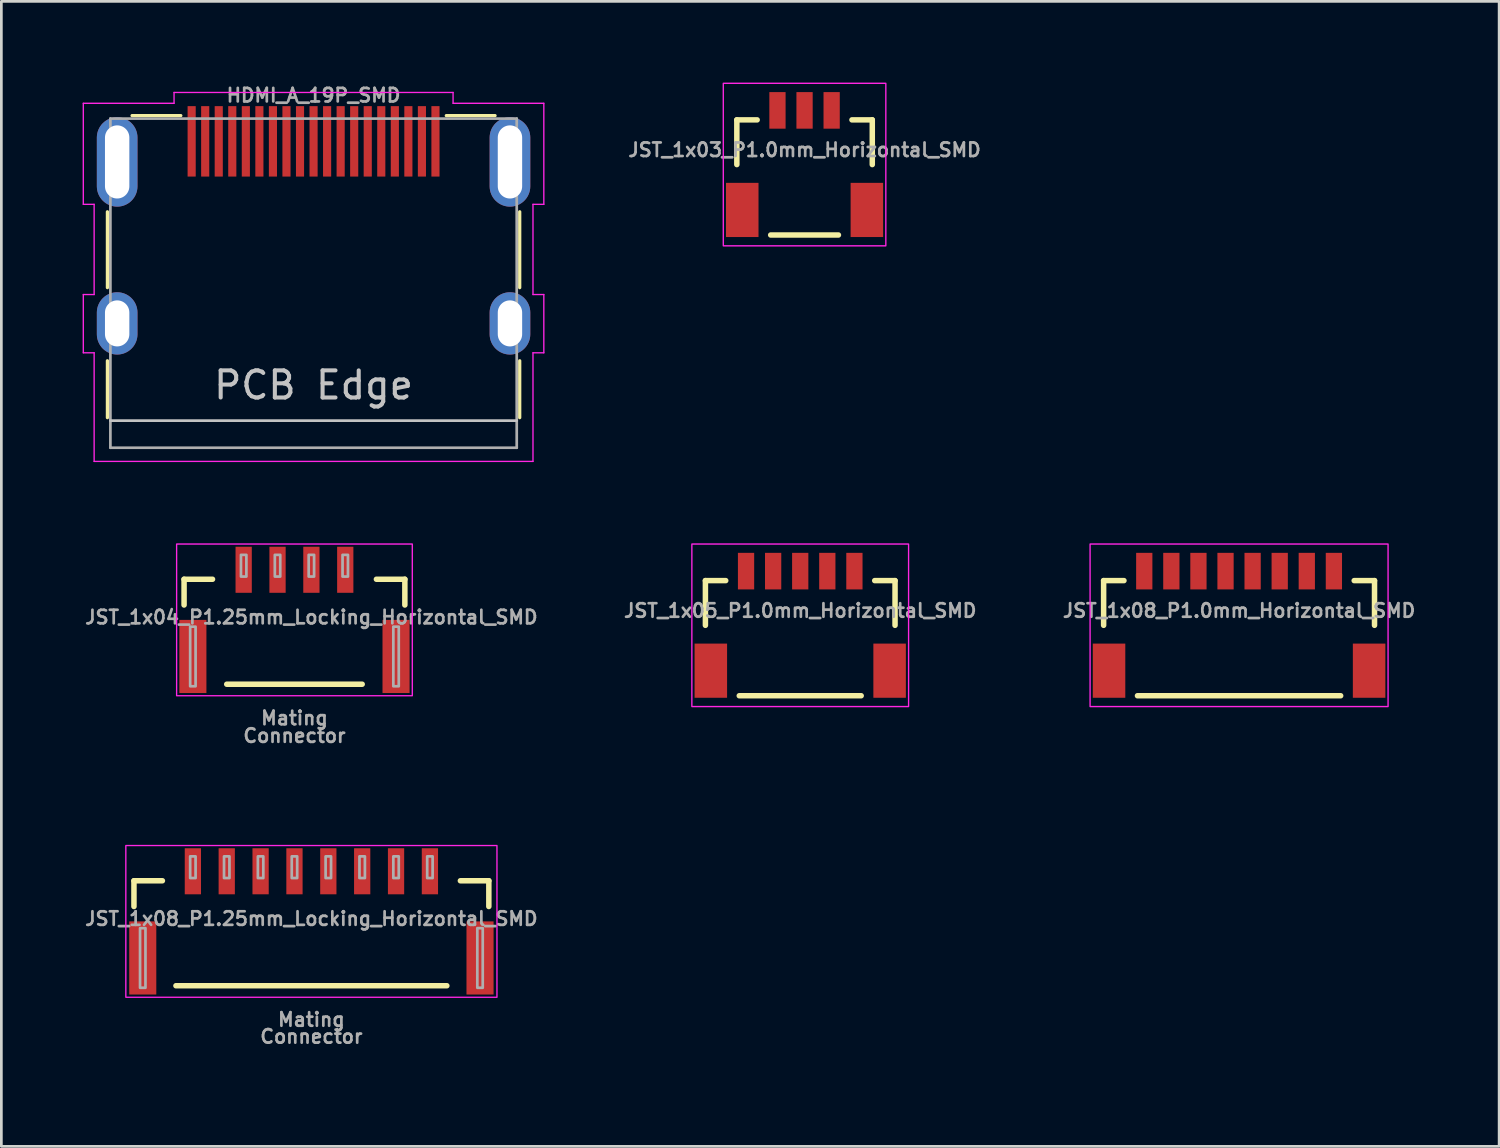
<source format=kicad_pcb>
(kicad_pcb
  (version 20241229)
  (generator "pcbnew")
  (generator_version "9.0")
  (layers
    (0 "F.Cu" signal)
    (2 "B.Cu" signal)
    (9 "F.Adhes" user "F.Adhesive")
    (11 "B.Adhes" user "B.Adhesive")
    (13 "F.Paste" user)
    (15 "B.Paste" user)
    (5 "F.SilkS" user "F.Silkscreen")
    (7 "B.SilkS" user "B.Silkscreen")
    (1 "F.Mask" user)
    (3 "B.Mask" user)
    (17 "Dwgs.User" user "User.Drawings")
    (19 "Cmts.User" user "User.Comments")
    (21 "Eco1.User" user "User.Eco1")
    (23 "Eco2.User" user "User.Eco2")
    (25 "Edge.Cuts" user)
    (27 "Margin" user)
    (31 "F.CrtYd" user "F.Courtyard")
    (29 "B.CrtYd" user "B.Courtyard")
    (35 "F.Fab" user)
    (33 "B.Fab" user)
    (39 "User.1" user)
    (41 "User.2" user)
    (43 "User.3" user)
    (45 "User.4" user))
  (footprint "HDMI_A_19P_SMD"
    (layer "F.Cu")
    (at 8.525 2.168)
    (property "Reference" "HDMI_A_19P_SMD" (at 0 -1.7 0) (unlocked yes) (layer "F.Fab") (effects (font (size 0.5 0.5) (thickness 0.1))))
    (attr smd)
    (fp_line (start -7.61 2.6) (end -7.61 5.4) (stroke (width 0.12) (type solid)) (layer "F.SilkS"))
    (fp_line (start -7.61 8.1) (end -7.61 10.2) (stroke (width 0.12) (type solid)) (layer "F.SilkS"))
    (fp_line (start -6.7 -0.95) (end -4.9 -0.95) (stroke (width 0.12) (type solid)) (layer "F.SilkS"))
    (fp_line (start 4.9 -0.95) (end 6.7 -0.95) (stroke (width 0.12) (type solid)) (layer "F.SilkS"))
    (fp_line (start 7.61 2.6) (end 7.61 5.4) (stroke (width 0.12) (type solid)) (layer "F.SilkS"))
    (fp_line (start 7.61 8.1) (end 7.61 10.2) (stroke (width 0.12) (type solid)) (layer "F.SilkS"))
    (fp_line (start 7.5 10.31) (end -7.5 10.31) (stroke (width 0.1) (type solid)) (layer "Dwgs.User"))
    (fp_line (start -8.5 -1.405) (end -5.15 -1.405) (stroke (width 0.05) (type solid)) (layer "F.CrtYd"))
    (fp_line (start -8.5 2.325) (end -8.5 -1.405) (stroke (width 0.05) (type solid)) (layer "F.CrtYd"))
    (fp_line (start -8.5 2.325) (end -8.1 2.325) (stroke (width 0.05) (type solid)) (layer "F.CrtYd"))
    (fp_line (start -8.5 5.655) (end -8.1 5.655) (stroke (width 0.05) (type solid)) (layer "F.CrtYd"))
    (fp_line (start -8.5 7.805) (end -8.5 5.655) (stroke (width 0.05) (type solid)) (layer "F.CrtYd"))
    (fp_line (start -8.5 7.805) (end -8.1 7.805) (stroke (width 0.05) (type solid)) (layer "F.CrtYd"))
    (fp_line (start -8.1 5.655) (end -8.1 2.325) (stroke (width 0.05) (type solid)) (layer "F.CrtYd"))
    (fp_line (start -8.1 11.815) (end -8.1 7.805) (stroke (width 0.05) (type solid)) (layer "F.CrtYd"))
    (fp_line (start -8.1 11.815) (end 8.1 11.815) (stroke (width 0.05) (type solid)) (layer "F.CrtYd"))
    (fp_line (start -5.15 -1.805) (end 5.15 -1.805) (stroke (width 0.05) (type solid)) (layer "F.CrtYd"))
    (fp_line (start -5.15 -1.405) (end -5.15 -1.805) (stroke (width 0.05) (type solid)) (layer "F.CrtYd"))
    (fp_line (start 5.15 -1.405) (end 5.15 -1.805) (stroke (width 0.05) (type solid)) (layer "F.CrtYd"))
    (fp_line (start 5.15 -1.405) (end 8.5 -1.405) (stroke (width 0.05) (type solid)) (layer "F.CrtYd"))
    (fp_line (start 8.1 2.325) (end 8.5 2.325) (stroke (width 0.05) (type solid)) (layer "F.CrtYd"))
    (fp_line (start 8.1 5.655) (end 8.1 2.325) (stroke (width 0.05) (type solid)) (layer "F.CrtYd"))
    (fp_line (start 8.1 5.655) (end 8.5 5.655) (stroke (width 0.05) (type solid)) (layer "F.CrtYd"))
    (fp_line (start 8.1 7.805) (end 8.5 7.805) (stroke (width 0.05) (type solid)) (layer "F.CrtYd"))
    (fp_line (start 8.1 11.815) (end 8.1 7.805) (stroke (width 0.05) (type solid)) (layer "F.CrtYd"))
    (fp_line (start 8.5 2.325) (end 8.5 -1.405) (stroke (width 0.05) (type solid)) (layer "F.CrtYd"))
    (fp_line (start 8.5 7.805) (end 8.5 5.655) (stroke (width 0.05) (type solid)) (layer "F.CrtYd"))
    (fp_line (start -7.5 -0.84) (end -7.5 11.31) (stroke (width 0.1) (type solid)) (layer "F.Fab"))
    (fp_line (start 7.5 -0.84) (end -7.5 -0.84) (stroke (width 0.1) (type solid)) (layer "F.Fab"))
    (fp_line (start 7.5 -0.84) (end 7.5 11.31) (stroke (width 0.1) (type solid)) (layer "F.Fab"))
    (fp_line (start 7.5 11.31) (end -7.5 11.31) (stroke (width 0.1) (type solid)) (layer "F.Fab"))
    (fp_text user "PCB Edge" (at 0 9 0) (layer "Dwgs.User") (effects (font (size 1 1) (thickness 0.15))))
    (pad "1" smd rect (at 4.5 0 270) (size 2.6 0.3) (layers "F.Cu" "F.Mask" "F.Paste"))
    (pad "2" smd rect (at 4 0 270) (size 2.6 0.3) (layers "F.Cu" "F.Mask" "F.Paste"))
    (pad "3" smd rect (at 3.5 0 270) (size 2.6 0.3) (layers "F.Cu" "F.Mask" "F.Paste"))
    (pad "4" smd rect (at 3 0 270) (size 2.6 0.3) (layers "F.Cu" "F.Mask" "F.Paste"))
    (pad "5" smd rect (at 2.5 0 270) (size 2.6 0.3) (layers "F.Cu" "F.Mask" "F.Paste"))
    (pad "6" smd rect (at 2 0 270) (size 2.6 0.3) (layers "F.Cu" "F.Mask" "F.Paste"))
    (pad "7" smd rect (at 1.5 0 270) (size 2.6 0.3) (layers "F.Cu" "F.Mask" "F.Paste"))
    (pad "8" smd rect (at 1 0 270) (size 2.6 0.3) (layers "F.Cu" "F.Mask" "F.Paste"))
    (pad "9" smd rect (at 0.5 0 270) (size 2.6 0.3) (layers "F.Cu" "F.Mask" "F.Paste"))
    (pad "10" smd rect (at 0 0 270) (size 2.6 0.3) (layers "F.Cu" "F.Mask" "F.Paste"))
    (pad "11" smd rect (at -0.5 0 270) (size 2.6 0.3) (layers "F.Cu" "F.Mask" "F.Paste"))
    (pad "12" smd rect (at -1 0 270) (size 2.6 0.3) (layers "F.Cu" "F.Mask" "F.Paste"))
    (pad "13" smd rect (at -1.5 0 270) (size 2.6 0.3) (layers "F.Cu" "F.Mask" "F.Paste"))
    (pad "14" smd rect (at -2 0 270) (size 2.6 0.3) (layers "F.Cu" "F.Mask" "F.Paste"))
    (pad "15" smd rect (at -2.5 0 270) (size 2.6 0.3) (layers "F.Cu" "F.Mask" "F.Paste"))
    (pad "16" smd rect (at -3 0 270) (size 2.6 0.3) (layers "F.Cu" "F.Mask" "F.Paste"))
    (pad "17" smd rect (at -3.5 0 270) (size 2.6 0.3) (layers "F.Cu" "F.Mask" "F.Paste"))
    (pad "18" smd rect (at -4 0 270) (size 2.6 0.3) (layers "F.Cu" "F.Mask" "F.Paste"))
    (pad "19" smd rect (at -4.5 0 270) (size 2.6 0.3) (layers "F.Cu" "F.Mask" "F.Paste"))
    (pad "SH" thru_hole oval (at -7.25 0.76 270) (size 3.3 1.5) (drill oval 2.7 0.9) (layers "*.Cu" "*.Mask"))
    (pad "SH" thru_hole oval (at -7.25 6.72 270) (size 2.3 1.5) (drill oval 1.7 0.9) (layers "*.Cu" "*.Mask"))
    (pad "SH" thru_hole oval (at 7.25 0.76) (size 1.5 3.3) (drill oval 0.9 2.7) (layers "*.Cu" "*.Mask" "F.Paste") (remove_unused_layers yes) (keep_end_layers yes) (zone_layer_connections))
    (pad "SH" thru_hole oval (at 7.25 6.72 270) (size 2.3 1.5) (drill oval 1.7 0.9) (layers "*.Cu" "*.Mask")))
  (footprint "JST_1x03_P1.0mm_Horizontal_SMD"
    (layer "F.Cu")
    (at 26.65 1.025)
    (property "Reference" "JST_1x03_P1.0mm_Horizontal_SMD" (at 0 1.75 0) (layer "F.Fab") (effects (font (size 0.5 0.5) (thickness 0.1)) (justify bottom)))
    (attr smd)
    (fp_line (start -2.5 0.35) (end -1.75 0.35) (stroke (width 0.203) (type solid)) (layer "F.SilkS"))
    (fp_line (start -2.5 2) (end -2.5 0.35) (stroke (width 0.203) (type solid)) (layer "F.SilkS"))
    (fp_line (start -1.25 4.6) (end 1.25 4.6) (stroke (width 0.203) (type solid)) (layer "F.SilkS"))
    (fp_line (start 1.75 0.35) (end 2.5 0.35) (stroke (width 0.203) (type solid)) (layer "F.SilkS"))
    (fp_line (start 2.5 0.35) (end 2.5 2) (stroke (width 0.203) (type solid)) (layer "F.SilkS"))
    (fp_rect (start 3 5) (end -3 -1) (stroke (width 0.05) (type default)) (fill no) (layer "F.CrtYd"))
    (pad "1" smd rect (at -1 0) (size 0.6 1.35) (layers "F.Cu" "F.Mask" "F.Paste"))
    (pad "2" smd rect (at 0 0) (size 0.6 1.35) (layers "F.Cu" "F.Mask" "F.Paste"))
    (pad "3" smd rect (at 1 0) (size 0.6 1.35) (layers "F.Cu" "F.Mask" "F.Paste"))
    (pad "NC1" smd rect (at 2.3 3.675) (size 1.2 2) (layers "F.Cu" "F.Mask" "F.Paste"))
    (pad "NC2" smd rect (at -2.3 3.675) (size 1.2 2) (layers "F.Cu" "F.Mask" "F.Paste")))
  (footprint "JST_1x05_P1.0mm_Horizontal_SMD"
    (layer "F.Cu")
    (at 26.49 18.033)
    (property "Reference" "JST_1x05_P1.0mm_Horizontal_SMD" (at 0 1.75 0) (layer "F.Fab") (effects (font (size 0.5 0.5) (thickness 0.1)) (justify bottom)))
    (attr smd)
    (fp_line (start -3.5 0.35) (end -2.75 0.35) (stroke (width 0.203) (type solid)) (layer "F.SilkS"))
    (fp_line (start -3.5 2) (end -3.5 0.35) (stroke (width 0.203) (type solid)) (layer "F.SilkS"))
    (fp_line (start -2.25 4.6) (end 2.25 4.6) (stroke (width 0.203) (type solid)) (layer "F.SilkS"))
    (fp_line (start 2.75 0.35) (end 3.5 0.35) (stroke (width 0.203) (type solid)) (layer "F.SilkS"))
    (fp_line (start 3.5 0.35) (end 3.5 2) (stroke (width 0.203) (type solid)) (layer "F.SilkS"))
    (fp_rect (start 4 5) (end -4 -1) (stroke (width 0.05) (type default)) (fill no) (layer "F.CrtYd"))
    (pad "1" smd rect (at -2 0) (size 0.6 1.35) (layers "F.Cu" "F.Mask" "F.Paste"))
    (pad "2" smd rect (at -1 0) (size 0.6 1.35) (layers "F.Cu" "F.Mask" "F.Paste"))
    (pad "3" smd rect (at 0 0) (size 0.6 1.35) (layers "F.Cu" "F.Mask" "F.Paste"))
    (pad "4" smd rect (at 1 0) (size 0.6 1.35) (layers "F.Cu" "F.Mask" "F.Paste"))
    (pad "5" smd rect (at 2 0) (size 0.6 1.35) (layers "F.Cu" "F.Mask" "F.Paste"))
    (pad "NC1" smd rect (at 3.3 3.675) (size 1.2 2) (layers "F.Cu" "F.Mask" "F.Paste"))
    (pad "NC2" smd rect (at -3.3 3.675) (size 1.2 2) (layers "F.Cu" "F.Mask" "F.Paste")))
  (footprint "JST_1x08_P1.25mm_Locking_Horizontal_SMD"
    (layer "F.Cu")
    (at 8.445 30.863)
    (property "Reference" "JST_1x08_P1.25mm_Locking_Horizontal_SMD" (at 0 0 0) (layer "F.Fab") (effects (font (size 0.5 0.5) (thickness 0.1))))
    (attr smd)
    (fp_line (start -6.55 -1.4) (end -5.5 -1.4) (stroke (width 0.203) (type solid)) (layer "F.SilkS"))
    (fp_line (start -6.55 -0.45) (end -6.55 -1.4) (stroke (width 0.203) (type solid)) (layer "F.SilkS"))
    (fp_line (start -5 2.475) (end 5 2.475) (stroke (width 0.203) (type solid)) (layer "F.SilkS"))
    (fp_line (start 5.5 -1.4) (end 6.55 -1.4) (stroke (width 0.203) (type solid)) (layer "F.SilkS"))
    (fp_line (start 6.55 -0.45) (end 6.55 -1.4) (stroke (width 0.203) (type solid)) (layer "F.SilkS"))
    (fp_rect (start 6.85 2.9) (end -6.85 -2.7) (stroke (width 0.05) (type default)) (fill no) (layer "F.CrtYd"))
    (fp_poly (pts (xy -6.325 2.55) (xy -6.125 2.55) (xy -6.125 0.35) (xy -6.325 0.35)) (stroke (width 0.1) (type default)) (fill no) (layer "F.Fab"))
    (fp_poly (pts (xy -4.475 -1.5) (xy -4.275 -1.5) (xy -4.275 -2.3) (xy -4.475 -2.3)) (stroke (width 0.1) (type default)) (fill no) (layer "F.Fab"))
    (fp_poly (pts (xy -3.225 -1.5) (xy -3.025 -1.5) (xy -3.025 -2.3) (xy -3.225 -2.3)) (stroke (width 0.1) (type default)) (fill no) (layer "F.Fab"))
    (fp_poly (pts (xy -1.975 -1.5) (xy -1.775 -1.5) (xy -1.775 -2.3) (xy -1.975 -2.3)) (stroke (width 0.1) (type default)) (fill no) (layer "F.Fab"))
    (fp_poly (pts (xy -0.725 -1.5) (xy -0.525 -1.5) (xy -0.525 -2.3) (xy -0.725 -2.3)) (stroke (width 0.1) (type default)) (fill no) (layer "F.Fab"))
    (fp_poly (pts (xy 0.525 -1.5) (xy 0.725 -1.5) (xy 0.725 -2.3) (xy 0.525 -2.3)) (stroke (width 0.1) (type default)) (fill no) (layer "F.Fab"))
    (fp_poly (pts (xy 1.775 -1.5) (xy 1.975 -1.5) (xy 1.975 -2.3) (xy 1.775 -2.3)) (stroke (width 0.1) (type default)) (fill no) (layer "F.Fab"))
    (fp_poly (pts (xy 3.025 -1.5) (xy 3.225 -1.5) (xy 3.225 -2.3) (xy 3.025 -2.3)) (stroke (width 0.1) (type default)) (fill no) (layer "F.Fab"))
    (fp_poly (pts (xy 4.275 -1.5) (xy 4.475 -1.5) (xy 4.475 -2.3) (xy 4.275 -2.3)) (stroke (width 0.1) (type default)) (fill no) (layer "F.Fab"))
    (fp_poly (pts (xy 6.125 2.55) (xy 6.325 2.55) (xy 6.325 0.35) (xy 6.125 0.35)) (stroke (width 0.1) (type default)) (fill no) (layer "F.Fab"))
    (fp_rect (start -6.625 -1.5) (end 6.625 2.55) (stroke (width 0.01) (type default)) (fill no) (layer "User.1"))
    (fp_rect (start -5.625 -0.3) (end 5.625 5.4) (stroke (width 0.01) (type default)) (fill no) (layer "User.1"))
    (fp_text user "Mating" (at 0 3.725 0) (unlocked yes) (layer "F.Fab") (effects (font (size 0.5 0.5) (thickness 0.1) (bold yes))))
    (fp_text user "Connector" (at 0 4.35 0) (unlocked yes) (layer "F.Fab") (effects (font (size 0.5 0.5) (thickness 0.1) (bold yes))))
    (pad "1" smd rect (at -4.375 -1.75) (size 0.6 1.7) (layers "F.Cu" "F.Mask" "F.Paste"))
    (pad "2" smd rect (at -3.125 -1.75) (size 0.6 1.7) (layers "F.Cu" "F.Mask" "F.Paste"))
    (pad "3" smd rect (at -1.875 -1.75) (size 0.6 1.7) (layers "F.Cu" "F.Mask" "F.Paste"))
    (pad "4" smd rect (at -0.625 -1.75) (size 0.6 1.7) (layers "F.Cu" "F.Mask" "F.Paste"))
    (pad "5" smd rect (at 0.625 -1.75) (size 0.6 1.7) (layers "F.Cu" "F.Mask" "F.Paste"))
    (pad "6" smd rect (at 1.875 -1.75) (size 0.6 1.7) (layers "F.Cu" "F.Mask" "F.Paste"))
    (pad "7" smd rect (at 3.125 -1.75) (size 0.6 1.7) (layers "F.Cu" "F.Mask" "F.Paste"))
    (pad "8" smd rect (at 4.375 -1.75) (size 0.6 1.7) (layers "F.Cu" "F.Mask" "F.Paste"))
    (pad "NC1" smd rect (at -6.225 1.45) (size 1 2.7) (layers "F.Cu" "F.Mask" "F.Paste"))
    (pad "NC2" smd rect (at 6.225 1.45) (size 1 2.7) (layers "F.Cu" "F.Mask" "F.Paste")))
  (footprint "JST_1x04_P1.25mm_Locking_Horizontal_SMD"
    (layer "F.Cu")
    (at 7.82 19.733)
    (property "Reference" "JST_1x04_P1.25mm_Locking_Horizontal_SMD" (at 0.625 0 0) (layer "F.Fab") (effects (font (size 0.5 0.5) (thickness 0.1))))
    (attr smd)
    (fp_line (start -4.075 -1.4) (end -3.025 -1.4) (stroke (width 0.203) (type solid)) (layer "F.SilkS"))
    (fp_line (start -4.075 -0.45) (end -4.075 -1.4) (stroke (width 0.203) (type solid)) (layer "F.SilkS"))
    (fp_line (start -2.5 2.475) (end 2.5 2.475) (stroke (width 0.203) (type solid)) (layer "F.SilkS"))
    (fp_line (start 3.025 -1.4) (end 4.075 -1.4) (stroke (width 0.203) (type solid)) (layer "F.SilkS"))
    (fp_line (start 4.075 -0.45) (end 4.075 -1.4) (stroke (width 0.203) (type solid)) (layer "F.SilkS"))
    (fp_rect (start 4.35 2.9) (end -4.35 -2.7) (stroke (width 0.05) (type default)) (fill no) (layer "F.CrtYd"))
    (fp_poly (pts (xy -3.85 2.55) (xy -3.65 2.55) (xy -3.65 0.35) (xy -3.85 0.35)) (stroke (width 0.1) (type default)) (fill no) (layer "F.Fab"))
    (fp_poly (pts (xy -1.975 -1.5) (xy -1.775 -1.5) (xy -1.775 -2.3) (xy -1.975 -2.3)) (stroke (width 0.1) (type default)) (fill no) (layer "F.Fab"))
    (fp_poly (pts (xy -0.725 -1.5) (xy -0.525 -1.5) (xy -0.525 -2.3) (xy -0.725 -2.3)) (stroke (width 0.1) (type default)) (fill no) (layer "F.Fab"))
    (fp_poly (pts (xy 0.525 -1.5) (xy 0.725 -1.5) (xy 0.725 -2.3) (xy 0.525 -2.3)) (stroke (width 0.1) (type default)) (fill no) (layer "F.Fab"))
    (fp_poly (pts (xy 1.775 -1.5) (xy 1.975 -1.5) (xy 1.975 -2.3) (xy 1.775 -2.3)) (stroke (width 0.1) (type default)) (fill no) (layer "F.Fab"))
    (fp_poly (pts (xy 3.65 2.55) (xy 3.85 2.55) (xy 3.85 0.35) (xy 3.65 0.35)) (stroke (width 0.1) (type default)) (fill no) (layer "F.Fab"))
    (fp_rect (start -4.125 -1.5) (end 4.125 2.55) (stroke (width 0.01) (type default)) (fill no) (layer "User.1"))
    (fp_rect (start -3.125 -0.3) (end 3.125 5.4) (stroke (width 0.01) (type default)) (fill no) (layer "User.1"))
    (fp_text user "Mating" (at 0 3.725 0) (unlocked yes) (layer "F.Fab") (effects (font (size 0.5 0.5) (thickness 0.1) (bold yes))))
    (fp_text user "Connector" (at 0 4.375 0) (unlocked yes) (layer "F.Fab") (effects (font (size 0.5 0.5) (thickness 0.1) (bold yes))))
    (pad "1" smd rect (at -1.875 -1.75) (size 0.6 1.7) (layers "F.Cu" "F.Mask" "F.Paste"))
    (pad "2" smd rect (at -0.625 -1.75) (size 0.6 1.7) (layers "F.Cu" "F.Mask" "F.Paste"))
    (pad "3" smd rect (at 0.625 -1.75) (size 0.6 1.7) (layers "F.Cu" "F.Mask" "F.Paste"))
    (pad "4" smd rect (at 1.875 -1.75) (size 0.6 1.7) (layers "F.Cu" "F.Mask" "F.Paste"))
    (pad "NC1" smd rect (at -3.75 1.45) (size 1 2.7) (layers "F.Cu" "F.Mask" "F.Paste"))
    (pad "NC2" smd rect (at 3.75 1.45) (size 1 2.7) (layers "F.Cu" "F.Mask" "F.Paste")))
  (footprint "JST_1x08_P1.0mm_Horizontal_SMD"
    (layer "F.Cu")
    (at 42.69 18.033)
    (property "Reference" "JST_1x08_P1.0mm_Horizontal_SMD" (at 0 1.75 0) (layer "F.Fab") (effects (font (size 0.5 0.5) (thickness 0.1)) (justify bottom)))
    (attr smd)
    (fp_line (start -5 0.35) (end -4.25 0.35) (stroke (width 0.203) (type solid)) (layer "F.SilkS"))
    (fp_line (start -5 2) (end -5 0.35) (stroke (width 0.203) (type solid)) (layer "F.SilkS"))
    (fp_line (start -3.75 4.6) (end 3.75 4.6) (stroke (width 0.203) (type solid)) (layer "F.SilkS"))
    (fp_line (start 4.25 0.35) (end 5 0.35) (stroke (width 0.203) (type solid)) (layer "F.SilkS"))
    (fp_line (start 5 0.35) (end 5 2) (stroke (width 0.203) (type solid)) (layer "F.SilkS"))
    (fp_rect (start 5.5 5) (end -5.5 -1) (stroke (width 0.05) (type default)) (fill no) (layer "F.CrtYd"))
    (pad "1" smd rect (at -3.5 0) (size 0.6 1.35) (layers "F.Cu" "F.Mask" "F.Paste"))
    (pad "2" smd rect (at -2.5 0) (size 0.6 1.35) (layers "F.Cu" "F.Mask" "F.Paste"))
    (pad "3" smd rect (at -1.5 0) (size 0.6 1.35) (layers "F.Cu" "F.Mask" "F.Paste"))
    (pad "4" smd rect (at -0.5 0) (size 0.6 1.35) (layers "F.Cu" "F.Mask" "F.Paste"))
    (pad "5" smd rect (at 0.5 0) (size 0.6 1.35) (layers "F.Cu" "F.Mask" "F.Paste"))
    (pad "6" smd rect (at 1.5 0) (size 0.6 1.35) (layers "F.Cu" "F.Mask" "F.Paste"))
    (pad "7" smd rect (at 2.5 0) (size 0.6 1.35) (layers "F.Cu" "F.Mask" "F.Paste"))
    (pad "8" smd rect (at 3.5 0) (size 0.6 1.35) (layers "F.Cu" "F.Mask" "F.Paste"))
    (pad "NC1" smd rect (at 4.8 3.675) (size 1.2 2) (layers "F.Cu" "F.Mask" "F.Paste"))
    (pad "NC2" smd rect (at -4.8 3.675) (size 1.2 2) (layers "F.Cu" "F.Mask" "F.Paste")))
  (gr_rect
    (start -3 -3)
    (end 52.29 39.268)
    (stroke (width 0.1) (type default))
    (fill no)
    (layer "Edge.Cuts")))
</source>
